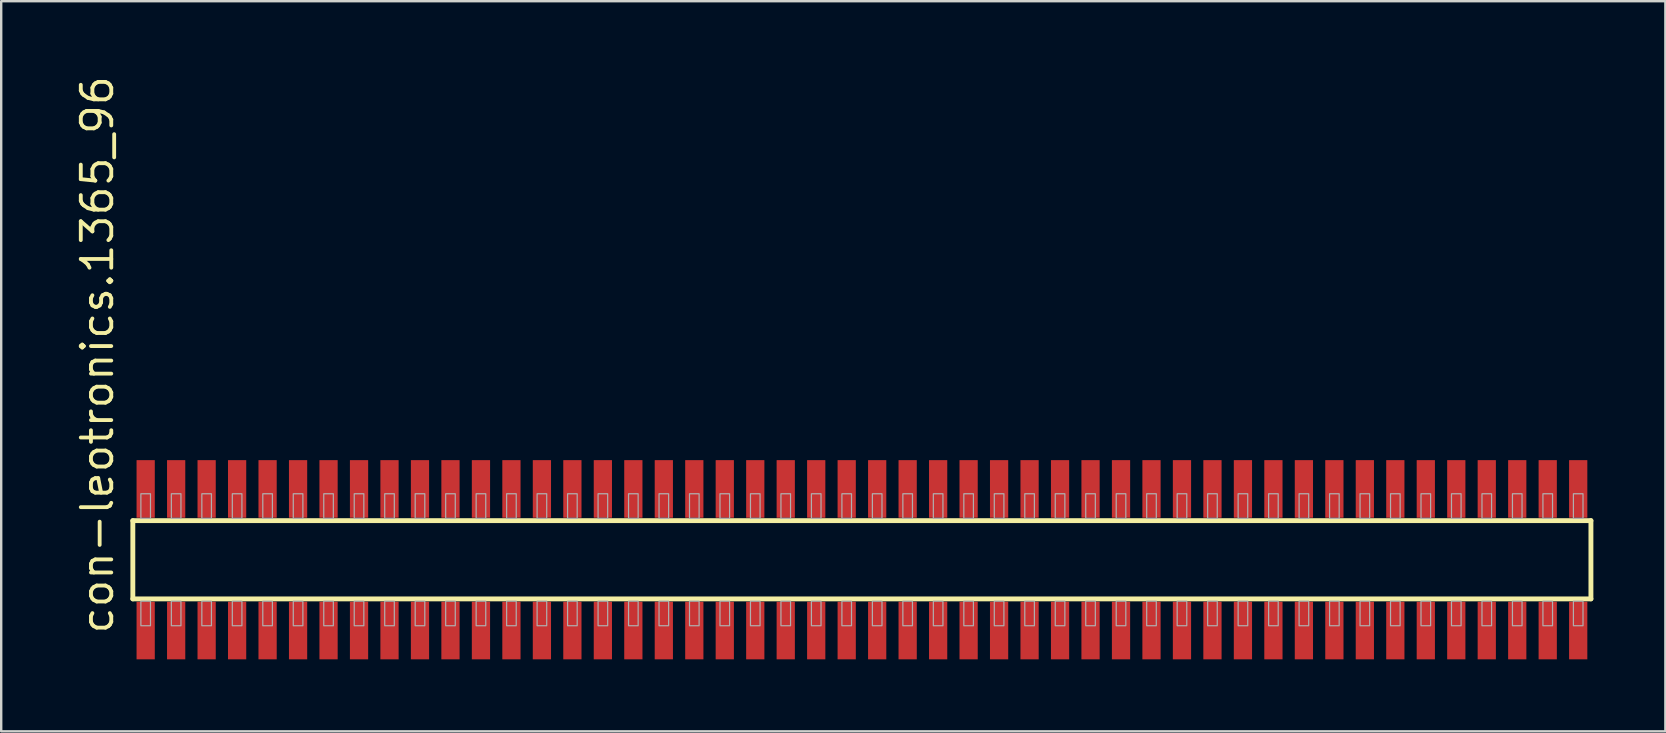
<source format=kicad_pcb>
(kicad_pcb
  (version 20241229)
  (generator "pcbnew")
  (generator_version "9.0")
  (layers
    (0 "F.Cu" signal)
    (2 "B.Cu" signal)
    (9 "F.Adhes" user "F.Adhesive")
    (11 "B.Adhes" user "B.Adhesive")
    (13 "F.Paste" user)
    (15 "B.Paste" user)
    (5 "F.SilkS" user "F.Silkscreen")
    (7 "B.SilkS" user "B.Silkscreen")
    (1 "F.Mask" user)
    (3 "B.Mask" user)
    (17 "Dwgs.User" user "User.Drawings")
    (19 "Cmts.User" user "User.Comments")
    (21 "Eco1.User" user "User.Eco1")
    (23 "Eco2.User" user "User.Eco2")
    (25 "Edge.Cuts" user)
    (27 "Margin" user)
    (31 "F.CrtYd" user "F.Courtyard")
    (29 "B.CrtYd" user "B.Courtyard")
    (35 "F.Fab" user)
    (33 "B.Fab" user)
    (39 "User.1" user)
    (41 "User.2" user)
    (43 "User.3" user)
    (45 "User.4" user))
  (footprint "con-leotronics.1365_96"
    (layer "F.Cu")
    (at 32.865 20.274)
    (property "Reference" "con-leotronics.1365_96" (at -31.115 3.175 90) (layer "F.SilkS") (effects (font (size 1.27 1.27) (thickness 0.16)) (justify left bottom)))
    (attr smd)
    (fp_line (start -30.38 -1.63) (end 30.375 -1.63) (stroke (width 0.203) (type default)) (layer "F.SilkS"))
    (fp_line (start -30.38 1.63) (end -30.38 -1.63) (stroke (width 0.203) (type default)) (layer "F.SilkS"))
    (fp_line (start 30.375 -1.63) (end 30.375 1.63) (stroke (width 0.203) (type default)) (layer "F.SilkS"))
    (fp_line (start 30.375 1.63) (end -30.38 1.63) (stroke (width 0.203) (type default)) (layer "F.SilkS"))
    (fp_rect (start -30.045 -1.725) (end -29.645 -2.75) (stroke (width 0.05) (type default)) (fill no) (layer "F.Fab"))
    (fp_rect (start -30.045 2.75) (end -29.645 1.725) (stroke (width 0.05) (type default)) (fill no) (layer "F.Fab"))
    (fp_rect (start -28.775 -1.725) (end -28.375 -2.75) (stroke (width 0.05) (type default)) (fill no) (layer "F.Fab"))
    (fp_rect (start -28.775 2.75) (end -28.375 1.725) (stroke (width 0.05) (type default)) (fill no) (layer "F.Fab"))
    (fp_rect (start -27.505 -1.725) (end -27.105 -2.75) (stroke (width 0.05) (type default)) (fill no) (layer "F.Fab"))
    (fp_rect (start -27.505 2.75) (end -27.105 1.725) (stroke (width 0.05) (type default)) (fill no) (layer "F.Fab"))
    (fp_rect (start -26.235 -1.725) (end -25.835 -2.75) (stroke (width 0.05) (type default)) (fill no) (layer "F.Fab"))
    (fp_rect (start -26.235 2.75) (end -25.835 1.725) (stroke (width 0.05) (type default)) (fill no) (layer "F.Fab"))
    (fp_rect (start -24.965 -1.725) (end -24.565 -2.75) (stroke (width 0.05) (type default)) (fill no) (layer "F.Fab"))
    (fp_rect (start -24.965 2.75) (end -24.565 1.725) (stroke (width 0.05) (type default)) (fill no) (layer "F.Fab"))
    (fp_rect (start -23.695 -1.725) (end -23.295 -2.75) (stroke (width 0.05) (type default)) (fill no) (layer "F.Fab"))
    (fp_rect (start -23.695 2.75) (end -23.295 1.725) (stroke (width 0.05) (type default)) (fill no) (layer "F.Fab"))
    (fp_rect (start -22.425 -1.725) (end -22.025 -2.75) (stroke (width 0.05) (type default)) (fill no) (layer "F.Fab"))
    (fp_rect (start -22.425 2.75) (end -22.025 1.725) (stroke (width 0.05) (type default)) (fill no) (layer "F.Fab"))
    (fp_rect (start -21.155 -1.725) (end -20.755 -2.75) (stroke (width 0.05) (type default)) (fill no) (layer "F.Fab"))
    (fp_rect (start -21.155 2.75) (end -20.755 1.725) (stroke (width 0.05) (type default)) (fill no) (layer "F.Fab"))
    (fp_rect (start -19.885 -1.725) (end -19.485 -2.75) (stroke (width 0.05) (type default)) (fill no) (layer "F.Fab"))
    (fp_rect (start -19.885 2.75) (end -19.485 1.725) (stroke (width 0.05) (type default)) (fill no) (layer "F.Fab"))
    (fp_rect (start -18.615 -1.725) (end -18.215 -2.75) (stroke (width 0.05) (type default)) (fill no) (layer "F.Fab"))
    (fp_rect (start -18.615 2.75) (end -18.215 1.725) (stroke (width 0.05) (type default)) (fill no) (layer "F.Fab"))
    (fp_rect (start -17.345 -1.725) (end -16.945 -2.75) (stroke (width 0.05) (type default)) (fill no) (layer "F.Fab"))
    (fp_rect (start -17.345 2.75) (end -16.945 1.725) (stroke (width 0.05) (type default)) (fill no) (layer "F.Fab"))
    (fp_rect (start -16.075 -1.725) (end -15.675 -2.75) (stroke (width 0.05) (type default)) (fill no) (layer "F.Fab"))
    (fp_rect (start -16.075 2.75) (end -15.675 1.725) (stroke (width 0.05) (type default)) (fill no) (layer "F.Fab"))
    (fp_rect (start -14.805 -1.725) (end -14.405 -2.75) (stroke (width 0.05) (type default)) (fill no) (layer "F.Fab"))
    (fp_rect (start -14.805 2.75) (end -14.405 1.725) (stroke (width 0.05) (type default)) (fill no) (layer "F.Fab"))
    (fp_rect (start -13.535 -1.725) (end -13.135 -2.75) (stroke (width 0.05) (type default)) (fill no) (layer "F.Fab"))
    (fp_rect (start -13.535 2.75) (end -13.135 1.725) (stroke (width 0.05) (type default)) (fill no) (layer "F.Fab"))
    (fp_rect (start -12.265 -1.725) (end -11.865 -2.75) (stroke (width 0.05) (type default)) (fill no) (layer "F.Fab"))
    (fp_rect (start -12.265 2.75) (end -11.865 1.725) (stroke (width 0.05) (type default)) (fill no) (layer "F.Fab"))
    (fp_rect (start -10.995 -1.725) (end -10.595 -2.75) (stroke (width 0.05) (type default)) (fill no) (layer "F.Fab"))
    (fp_rect (start -10.995 2.75) (end -10.595 1.725) (stroke (width 0.05) (type default)) (fill no) (layer "F.Fab"))
    (fp_rect (start -9.725 -1.725) (end -9.325 -2.75) (stroke (width 0.05) (type default)) (fill no) (layer "F.Fab"))
    (fp_rect (start -9.725 2.75) (end -9.325 1.725) (stroke (width 0.05) (type default)) (fill no) (layer "F.Fab"))
    (fp_rect (start -8.455 -1.725) (end -8.055 -2.75) (stroke (width 0.05) (type default)) (fill no) (layer "F.Fab"))
    (fp_rect (start -8.455 2.75) (end -8.055 1.725) (stroke (width 0.05) (type default)) (fill no) (layer "F.Fab"))
    (fp_rect (start -7.185 -1.725) (end -6.785 -2.75) (stroke (width 0.05) (type default)) (fill no) (layer "F.Fab"))
    (fp_rect (start -7.185 2.75) (end -6.785 1.725) (stroke (width 0.05) (type default)) (fill no) (layer "F.Fab"))
    (fp_rect (start -5.915 -1.725) (end -5.515 -2.75) (stroke (width 0.05) (type default)) (fill no) (layer "F.Fab"))
    (fp_rect (start -5.915 2.75) (end -5.515 1.725) (stroke (width 0.05) (type default)) (fill no) (layer "F.Fab"))
    (fp_rect (start -4.645 -1.725) (end -4.245 -2.75) (stroke (width 0.05) (type default)) (fill no) (layer "F.Fab"))
    (fp_rect (start -4.645 2.75) (end -4.245 1.725) (stroke (width 0.05) (type default)) (fill no) (layer "F.Fab"))
    (fp_rect (start -3.375 -1.725) (end -2.975 -2.75) (stroke (width 0.05) (type default)) (fill no) (layer "F.Fab"))
    (fp_rect (start -3.375 2.75) (end -2.975 1.725) (stroke (width 0.05) (type default)) (fill no) (layer "F.Fab"))
    (fp_rect (start -2.105 -1.725) (end -1.705 -2.75) (stroke (width 0.05) (type default)) (fill no) (layer "F.Fab"))
    (fp_rect (start -2.105 2.75) (end -1.705 1.725) (stroke (width 0.05) (type default)) (fill no) (layer "F.Fab"))
    (fp_rect (start -0.835 -1.725) (end -0.435 -2.75) (stroke (width 0.05) (type default)) (fill no) (layer "F.Fab"))
    (fp_rect (start -0.835 2.75) (end -0.435 1.725) (stroke (width 0.05) (type default)) (fill no) (layer "F.Fab"))
    (fp_rect (start 0.435 -1.725) (end 0.835 -2.75) (stroke (width 0.05) (type default)) (fill no) (layer "F.Fab"))
    (fp_rect (start 0.435 2.75) (end 0.835 1.725) (stroke (width 0.05) (type default)) (fill no) (layer "F.Fab"))
    (fp_rect (start 1.705 -1.725) (end 2.105 -2.75) (stroke (width 0.05) (type default)) (fill no) (layer "F.Fab"))
    (fp_rect (start 1.705 2.75) (end 2.105 1.725) (stroke (width 0.05) (type default)) (fill no) (layer "F.Fab"))
    (fp_rect (start 2.975 -1.725) (end 3.375 -2.75) (stroke (width 0.05) (type default)) (fill no) (layer "F.Fab"))
    (fp_rect (start 2.975 2.75) (end 3.375 1.725) (stroke (width 0.05) (type default)) (fill no) (layer "F.Fab"))
    (fp_rect (start 4.245 -1.725) (end 4.645 -2.75) (stroke (width 0.05) (type default)) (fill no) (layer "F.Fab"))
    (fp_rect (start 4.245 2.75) (end 4.645 1.725) (stroke (width 0.05) (type default)) (fill no) (layer "F.Fab"))
    (fp_rect (start 5.515 -1.725) (end 5.915 -2.75) (stroke (width 0.05) (type default)) (fill no) (layer "F.Fab"))
    (fp_rect (start 5.515 2.75) (end 5.915 1.725) (stroke (width 0.05) (type default)) (fill no) (layer "F.Fab"))
    (fp_rect (start 6.785 -1.725) (end 7.185 -2.75) (stroke (width 0.05) (type default)) (fill no) (layer "F.Fab"))
    (fp_rect (start 6.785 2.75) (end 7.185 1.725) (stroke (width 0.05) (type default)) (fill no) (layer "F.Fab"))
    (fp_rect (start 8.055 -1.725) (end 8.455 -2.75) (stroke (width 0.05) (type default)) (fill no) (layer "F.Fab"))
    (fp_rect (start 8.055 2.75) (end 8.455 1.725) (stroke (width 0.05) (type default)) (fill no) (layer "F.Fab"))
    (fp_rect (start 9.325 -1.725) (end 9.725 -2.75) (stroke (width 0.05) (type default)) (fill no) (layer "F.Fab"))
    (fp_rect (start 9.325 2.75) (end 9.725 1.725) (stroke (width 0.05) (type default)) (fill no) (layer "F.Fab"))
    (fp_rect (start 10.595 -1.725) (end 10.995 -2.75) (stroke (width 0.05) (type default)) (fill no) (layer "F.Fab"))
    (fp_rect (start 10.595 2.75) (end 10.995 1.725) (stroke (width 0.05) (type default)) (fill no) (layer "F.Fab"))
    (fp_rect (start 11.865 -1.725) (end 12.265 -2.75) (stroke (width 0.05) (type default)) (fill no) (layer "F.Fab"))
    (fp_rect (start 11.865 2.75) (end 12.265 1.725) (stroke (width 0.05) (type default)) (fill no) (layer "F.Fab"))
    (fp_rect (start 13.135 -1.725) (end 13.535 -2.75) (stroke (width 0.05) (type default)) (fill no) (layer "F.Fab"))
    (fp_rect (start 13.135 2.75) (end 13.535 1.725) (stroke (width 0.05) (type default)) (fill no) (layer "F.Fab"))
    (fp_rect (start 14.405 -1.725) (end 14.805 -2.75) (stroke (width 0.05) (type default)) (fill no) (layer "F.Fab"))
    (fp_rect (start 14.405 2.75) (end 14.805 1.725) (stroke (width 0.05) (type default)) (fill no) (layer "F.Fab"))
    (fp_rect (start 15.675 -1.725) (end 16.075 -2.75) (stroke (width 0.05) (type default)) (fill no) (layer "F.Fab"))
    (fp_rect (start 15.675 2.75) (end 16.075 1.725) (stroke (width 0.05) (type default)) (fill no) (layer "F.Fab"))
    (fp_rect (start 16.945 -1.725) (end 17.345 -2.75) (stroke (width 0.05) (type default)) (fill no) (layer "F.Fab"))
    (fp_rect (start 16.945 2.75) (end 17.345 1.725) (stroke (width 0.05) (type default)) (fill no) (layer "F.Fab"))
    (fp_rect (start 18.215 -1.725) (end 18.615 -2.75) (stroke (width 0.05) (type default)) (fill no) (layer "F.Fab"))
    (fp_rect (start 18.215 2.75) (end 18.615 1.725) (stroke (width 0.05) (type default)) (fill no) (layer "F.Fab"))
    (fp_rect (start 19.485 -1.725) (end 19.885 -2.75) (stroke (width 0.05) (type default)) (fill no) (layer "F.Fab"))
    (fp_rect (start 19.485 2.75) (end 19.885 1.725) (stroke (width 0.05) (type default)) (fill no) (layer "F.Fab"))
    (fp_rect (start 20.755 -1.725) (end 21.155 -2.75) (stroke (width 0.05) (type default)) (fill no) (layer "F.Fab"))
    (fp_rect (start 20.755 2.75) (end 21.155 1.725) (stroke (width 0.05) (type default)) (fill no) (layer "F.Fab"))
    (fp_rect (start 22.025 -1.725) (end 22.425 -2.75) (stroke (width 0.05) (type default)) (fill no) (layer "F.Fab"))
    (fp_rect (start 22.025 2.75) (end 22.425 1.725) (stroke (width 0.05) (type default)) (fill no) (layer "F.Fab"))
    (fp_rect (start 23.295 -1.725) (end 23.695 -2.75) (stroke (width 0.05) (type default)) (fill no) (layer "F.Fab"))
    (fp_rect (start 23.295 2.75) (end 23.695 1.725) (stroke (width 0.05) (type default)) (fill no) (layer "F.Fab"))
    (fp_rect (start 24.565 -1.725) (end 24.965 -2.75) (stroke (width 0.05) (type default)) (fill no) (layer "F.Fab"))
    (fp_rect (start 24.565 2.75) (end 24.965 1.725) (stroke (width 0.05) (type default)) (fill no) (layer "F.Fab"))
    (fp_rect (start 25.835 -1.725) (end 26.235 -2.75) (stroke (width 0.05) (type default)) (fill no) (layer "F.Fab"))
    (fp_rect (start 25.835 2.75) (end 26.235 1.725) (stroke (width 0.05) (type default)) (fill no) (layer "F.Fab"))
    (fp_rect (start 27.105 -1.725) (end 27.505 -2.75) (stroke (width 0.05) (type default)) (fill no) (layer "F.Fab"))
    (fp_rect (start 27.105 2.75) (end 27.505 1.725) (stroke (width 0.05) (type default)) (fill no) (layer "F.Fab"))
    (fp_rect (start 28.375 -1.725) (end 28.775 -2.75) (stroke (width 0.05) (type default)) (fill no) (layer "F.Fab"))
    (fp_rect (start 28.375 2.75) (end 28.775 1.725) (stroke (width 0.05) (type default)) (fill no) (layer "F.Fab"))
    (fp_rect (start 29.645 -1.725) (end 30.045 -2.75) (stroke (width 0.05) (type default)) (fill no) (layer "F.Fab"))
    (fp_rect (start 29.645 2.75) (end 30.045 1.725) (stroke (width 0.05) (type default)) (fill no) (layer "F.Fab"))
    (pad "1" smd roundrect (at -29.845 2.95) (size 0.76 2.4) (layers "F.Cu" "F.Mask" "F.Paste") (roundrect_rratio 0.01))
    (pad "2" smd roundrect (at -29.845 -2.95) (size 0.76 2.4) (layers "F.Cu" "F.Mask" "F.Paste") (roundrect_rratio 0.01))
    (pad "3" smd roundrect (at -28.575 2.95) (size 0.76 2.4) (layers "F.Cu" "F.Mask" "F.Paste") (roundrect_rratio 0.01))
    (pad "4" smd roundrect (at -28.575 -2.95) (size 0.76 2.4) (layers "F.Cu" "F.Mask" "F.Paste") (roundrect_rratio 0.01))
    (pad "5" smd roundrect (at -27.305 2.95) (size 0.76 2.4) (layers "F.Cu" "F.Mask" "F.Paste") (roundrect_rratio 0.01))
    (pad "6" smd roundrect (at -27.305 -2.95) (size 0.76 2.4) (layers "F.Cu" "F.Mask" "F.Paste") (roundrect_rratio 0.01))
    (pad "7" smd roundrect (at -26.035 2.95) (size 0.76 2.4) (layers "F.Cu" "F.Mask" "F.Paste") (roundrect_rratio 0.01))
    (pad "8" smd roundrect (at -26.035 -2.95) (size 0.76 2.4) (layers "F.Cu" "F.Mask" "F.Paste") (roundrect_rratio 0.01))
    (pad "9" smd roundrect (at -24.765 2.95) (size 0.76 2.4) (layers "F.Cu" "F.Mask" "F.Paste") (roundrect_rratio 0.01))
    (pad "10" smd roundrect (at -24.765 -2.95) (size 0.76 2.4) (layers "F.Cu" "F.Mask" "F.Paste") (roundrect_rratio 0.01))
    (pad "11" smd roundrect (at -23.495 2.95) (size 0.76 2.4) (layers "F.Cu" "F.Mask" "F.Paste") (roundrect_rratio 0.01))
    (pad "12" smd roundrect (at -23.495 -2.95) (size 0.76 2.4) (layers "F.Cu" "F.Mask" "F.Paste") (roundrect_rratio 0.01))
    (pad "13" smd roundrect (at -22.225 2.95) (size 0.76 2.4) (layers "F.Cu" "F.Mask" "F.Paste") (roundrect_rratio 0.01))
    (pad "14" smd roundrect (at -22.225 -2.95) (size 0.76 2.4) (layers "F.Cu" "F.Mask" "F.Paste") (roundrect_rratio 0.01))
    (pad "15" smd roundrect (at -20.955 2.95) (size 0.76 2.4) (layers "F.Cu" "F.Mask" "F.Paste") (roundrect_rratio 0.01))
    (pad "16" smd roundrect (at -20.955 -2.95) (size 0.76 2.4) (layers "F.Cu" "F.Mask" "F.Paste") (roundrect_rratio 0.01))
    (pad "17" smd roundrect (at -19.685 2.95) (size 0.76 2.4) (layers "F.Cu" "F.Mask" "F.Paste") (roundrect_rratio 0.01))
    (pad "18" smd roundrect (at -19.685 -2.95) (size 0.76 2.4) (layers "F.Cu" "F.Mask" "F.Paste") (roundrect_rratio 0.01))
    (pad "19" smd roundrect (at -18.415 2.95) (size 0.76 2.4) (layers "F.Cu" "F.Mask" "F.Paste") (roundrect_rratio 0.01))
    (pad "20" smd roundrect (at -18.415 -2.95) (size 0.76 2.4) (layers "F.Cu" "F.Mask" "F.Paste") (roundrect_rratio 0.01))
    (pad "21" smd roundrect (at -17.145 2.95) (size 0.76 2.4) (layers "F.Cu" "F.Mask" "F.Paste") (roundrect_rratio 0.01))
    (pad "22" smd roundrect (at -17.145 -2.95) (size 0.76 2.4) (layers "F.Cu" "F.Mask" "F.Paste") (roundrect_rratio 0.01))
    (pad "23" smd roundrect (at -15.875 2.95) (size 0.76 2.4) (layers "F.Cu" "F.Mask" "F.Paste") (roundrect_rratio 0.01))
    (pad "24" smd roundrect (at -15.875 -2.95) (size 0.76 2.4) (layers "F.Cu" "F.Mask" "F.Paste") (roundrect_rratio 0.01))
    (pad "25" smd roundrect (at -14.605 2.95) (size 0.76 2.4) (layers "F.Cu" "F.Mask" "F.Paste") (roundrect_rratio 0.01))
    (pad "26" smd roundrect (at -14.605 -2.95) (size 0.76 2.4) (layers "F.Cu" "F.Mask" "F.Paste") (roundrect_rratio 0.01))
    (pad "27" smd roundrect (at -13.335 2.95) (size 0.76 2.4) (layers "F.Cu" "F.Mask" "F.Paste") (roundrect_rratio 0.01))
    (pad "28" smd roundrect (at -13.335 -2.95) (size 0.76 2.4) (layers "F.Cu" "F.Mask" "F.Paste") (roundrect_rratio 0.01))
    (pad "29" smd roundrect (at -12.065 2.95) (size 0.76 2.4) (layers "F.Cu" "F.Mask" "F.Paste") (roundrect_rratio 0.01))
    (pad "30" smd roundrect (at -12.065 -2.95) (size 0.76 2.4) (layers "F.Cu" "F.Mask" "F.Paste") (roundrect_rratio 0.01))
    (pad "31" smd roundrect (at -10.795 2.95) (size 0.76 2.4) (layers "F.Cu" "F.Mask" "F.Paste") (roundrect_rratio 0.01))
    (pad "32" smd roundrect (at -10.795 -2.95) (size 0.76 2.4) (layers "F.Cu" "F.Mask" "F.Paste") (roundrect_rratio 0.01))
    (pad "33" smd roundrect (at -9.525 2.95) (size 0.76 2.4) (layers "F.Cu" "F.Mask" "F.Paste") (roundrect_rratio 0.01))
    (pad "34" smd roundrect (at -9.525 -2.95) (size 0.76 2.4) (layers "F.Cu" "F.Mask" "F.Paste") (roundrect_rratio 0.01))
    (pad "35" smd roundrect (at -8.255 2.95) (size 0.76 2.4) (layers "F.Cu" "F.Mask" "F.Paste") (roundrect_rratio 0.01))
    (pad "36" smd roundrect (at -8.255 -2.95) (size 0.76 2.4) (layers "F.Cu" "F.Mask" "F.Paste") (roundrect_rratio 0.01))
    (pad "37" smd roundrect (at -6.985 2.95) (size 0.76 2.4) (layers "F.Cu" "F.Mask" "F.Paste") (roundrect_rratio 0.01))
    (pad "38" smd roundrect (at -6.985 -2.95) (size 0.76 2.4) (layers "F.Cu" "F.Mask" "F.Paste") (roundrect_rratio 0.01))
    (pad "39" smd roundrect (at -5.715 2.95) (size 0.76 2.4) (layers "F.Cu" "F.Mask" "F.Paste") (roundrect_rratio 0.01))
    (pad "40" smd roundrect (at -5.715 -2.95) (size 0.76 2.4) (layers "F.Cu" "F.Mask" "F.Paste") (roundrect_rratio 0.01))
    (pad "41" smd roundrect (at -4.445 2.95) (size 0.76 2.4) (layers "F.Cu" "F.Mask" "F.Paste") (roundrect_rratio 0.01))
    (pad "42" smd roundrect (at -4.445 -2.95) (size 0.76 2.4) (layers "F.Cu" "F.Mask" "F.Paste") (roundrect_rratio 0.01))
    (pad "43" smd roundrect (at -3.175 2.95) (size 0.76 2.4) (layers "F.Cu" "F.Mask" "F.Paste") (roundrect_rratio 0.01))
    (pad "44" smd roundrect (at -3.175 -2.95) (size 0.76 2.4) (layers "F.Cu" "F.Mask" "F.Paste") (roundrect_rratio 0.01))
    (pad "45" smd roundrect (at -1.905 2.95) (size 0.76 2.4) (layers "F.Cu" "F.Mask" "F.Paste") (roundrect_rratio 0.01))
    (pad "46" smd roundrect (at -1.905 -2.95) (size 0.76 2.4) (layers "F.Cu" "F.Mask" "F.Paste") (roundrect_rratio 0.01))
    (pad "47" smd roundrect (at -0.635 2.95) (size 0.76 2.4) (layers "F.Cu" "F.Mask" "F.Paste") (roundrect_rratio 0.01))
    (pad "48" smd roundrect (at -0.635 -2.95) (size 0.76 2.4) (layers "F.Cu" "F.Mask" "F.Paste") (roundrect_rratio 0.01))
    (pad "49" smd roundrect (at 0.635 2.95) (size 0.76 2.4) (layers "F.Cu" "F.Mask" "F.Paste") (roundrect_rratio 0.01))
    (pad "50" smd roundrect (at 0.635 -2.95) (size 0.76 2.4) (layers "F.Cu" "F.Mask" "F.Paste") (roundrect_rratio 0.01))
    (pad "51" smd roundrect (at 1.905 2.95) (size 0.76 2.4) (layers "F.Cu" "F.Mask" "F.Paste") (roundrect_rratio 0.01))
    (pad "52" smd roundrect (at 1.905 -2.95) (size 0.76 2.4) (layers "F.Cu" "F.Mask" "F.Paste") (roundrect_rratio 0.01))
    (pad "53" smd roundrect (at 3.175 2.95) (size 0.76 2.4) (layers "F.Cu" "F.Mask" "F.Paste") (roundrect_rratio 0.01))
    (pad "54" smd roundrect (at 3.175 -2.95) (size 0.76 2.4) (layers "F.Cu" "F.Mask" "F.Paste") (roundrect_rratio 0.01))
    (pad "55" smd roundrect (at 4.445 2.95) (size 0.76 2.4) (layers "F.Cu" "F.Mask" "F.Paste") (roundrect_rratio 0.01))
    (pad "56" smd roundrect (at 4.445 -2.95) (size 0.76 2.4) (layers "F.Cu" "F.Mask" "F.Paste") (roundrect_rratio 0.01))
    (pad "57" smd roundrect (at 5.715 2.95) (size 0.76 2.4) (layers "F.Cu" "F.Mask" "F.Paste") (roundrect_rratio 0.01))
    (pad "58" smd roundrect (at 5.715 -2.95) (size 0.76 2.4) (layers "F.Cu" "F.Mask" "F.Paste") (roundrect_rratio 0.01))
    (pad "59" smd roundrect (at 6.985 2.95) (size 0.76 2.4) (layers "F.Cu" "F.Mask" "F.Paste") (roundrect_rratio 0.01))
    (pad "60" smd roundrect (at 6.985 -2.95) (size 0.76 2.4) (layers "F.Cu" "F.Mask" "F.Paste") (roundrect_rratio 0.01))
    (pad "61" smd roundrect (at 8.255 2.95) (size 0.76 2.4) (layers "F.Cu" "F.Mask" "F.Paste") (roundrect_rratio 0.01))
    (pad "62" smd roundrect (at 8.255 -2.95) (size 0.76 2.4) (layers "F.Cu" "F.Mask" "F.Paste") (roundrect_rratio 0.01))
    (pad "63" smd roundrect (at 9.525 2.95) (size 0.76 2.4) (layers "F.Cu" "F.Mask" "F.Paste") (roundrect_rratio 0.01))
    (pad "64" smd roundrect (at 9.525 -2.95) (size 0.76 2.4) (layers "F.Cu" "F.Mask" "F.Paste") (roundrect_rratio 0.01))
    (pad "65" smd roundrect (at 10.795 2.95) (size 0.76 2.4) (layers "F.Cu" "F.Mask" "F.Paste") (roundrect_rratio 0.01))
    (pad "66" smd roundrect (at 10.795 -2.95) (size 0.76 2.4) (layers "F.Cu" "F.Mask" "F.Paste") (roundrect_rratio 0.01))
    (pad "67" smd roundrect (at 12.065 2.95) (size 0.76 2.4) (layers "F.Cu" "F.Mask" "F.Paste") (roundrect_rratio 0.01))
    (pad "68" smd roundrect (at 12.065 -2.95) (size 0.76 2.4) (layers "F.Cu" "F.Mask" "F.Paste") (roundrect_rratio 0.01))
    (pad "69" smd roundrect (at 13.335 2.95) (size 0.76 2.4) (layers "F.Cu" "F.Mask" "F.Paste") (roundrect_rratio 0.01))
    (pad "70" smd roundrect (at 13.335 -2.95) (size 0.76 2.4) (layers "F.Cu" "F.Mask" "F.Paste") (roundrect_rratio 0.01))
    (pad "71" smd roundrect (at 14.605 2.95) (size 0.76 2.4) (layers "F.Cu" "F.Mask" "F.Paste") (roundrect_rratio 0.01))
    (pad "72" smd roundrect (at 14.605 -2.95) (size 0.76 2.4) (layers "F.Cu" "F.Mask" "F.Paste") (roundrect_rratio 0.01))
    (pad "73" smd roundrect (at 15.875 2.95) (size 0.76 2.4) (layers "F.Cu" "F.Mask" "F.Paste") (roundrect_rratio 0.01))
    (pad "74" smd roundrect (at 15.875 -2.95) (size 0.76 2.4) (layers "F.Cu" "F.Mask" "F.Paste") (roundrect_rratio 0.01))
    (pad "75" smd roundrect (at 17.145 2.95) (size 0.76 2.4) (layers "F.Cu" "F.Mask" "F.Paste") (roundrect_rratio 0.01))
    (pad "76" smd roundrect (at 17.145 -2.95) (size 0.76 2.4) (layers "F.Cu" "F.Mask" "F.Paste") (roundrect_rratio 0.01))
    (pad "77" smd roundrect (at 18.415 2.95) (size 0.76 2.4) (layers "F.Cu" "F.Mask" "F.Paste") (roundrect_rratio 0.01))
    (pad "78" smd roundrect (at 18.415 -2.95) (size 0.76 2.4) (layers "F.Cu" "F.Mask" "F.Paste") (roundrect_rratio 0.01))
    (pad "79" smd roundrect (at 19.685 2.95) (size 0.76 2.4) (layers "F.Cu" "F.Mask" "F.Paste") (roundrect_rratio 0.01))
    (pad "80" smd roundrect (at 19.685 -2.95) (size 0.76 2.4) (layers "F.Cu" "F.Mask" "F.Paste") (roundrect_rratio 0.01))
    (pad "81" smd roundrect (at 20.955 2.95) (size 0.76 2.4) (layers "F.Cu" "F.Mask" "F.Paste") (roundrect_rratio 0.01))
    (pad "82" smd roundrect (at 20.955 -2.95) (size 0.76 2.4) (layers "F.Cu" "F.Mask" "F.Paste") (roundrect_rratio 0.01))
    (pad "83" smd roundrect (at 22.225 2.95) (size 0.76 2.4) (layers "F.Cu" "F.Mask" "F.Paste") (roundrect_rratio 0.01))
    (pad "84" smd roundrect (at 22.225 -2.95) (size 0.76 2.4) (layers "F.Cu" "F.Mask" "F.Paste") (roundrect_rratio 0.01))
    (pad "85" smd roundrect (at 23.495 2.95) (size 0.76 2.4) (layers "F.Cu" "F.Mask" "F.Paste") (roundrect_rratio 0.01))
    (pad "86" smd roundrect (at 23.495 -2.95) (size 0.76 2.4) (layers "F.Cu" "F.Mask" "F.Paste") (roundrect_rratio 0.01))
    (pad "87" smd roundrect (at 24.765 2.95) (size 0.76 2.4) (layers "F.Cu" "F.Mask" "F.Paste") (roundrect_rratio 0.01))
    (pad "88" smd roundrect (at 24.765 -2.95) (size 0.76 2.4) (layers "F.Cu" "F.Mask" "F.Paste") (roundrect_rratio 0.01))
    (pad "89" smd roundrect (at 26.035 2.95) (size 0.76 2.4) (layers "F.Cu" "F.Mask" "F.Paste") (roundrect_rratio 0.01))
    (pad "90" smd roundrect (at 26.035 -2.95) (size 0.76 2.4) (layers "F.Cu" "F.Mask" "F.Paste") (roundrect_rratio 0.01))
    (pad "91" smd roundrect (at 27.305 2.95) (size 0.76 2.4) (layers "F.Cu" "F.Mask" "F.Paste") (roundrect_rratio 0.01))
    (pad "92" smd roundrect (at 27.305 -2.95) (size 0.76 2.4) (layers "F.Cu" "F.Mask" "F.Paste") (roundrect_rratio 0.01))
    (pad "93" smd roundrect (at 28.575 2.95) (size 0.76 2.4) (layers "F.Cu" "F.Mask" "F.Paste") (roundrect_rratio 0.01))
    (pad "94" smd roundrect (at 28.575 -2.95) (size 0.76 2.4) (layers "F.Cu" "F.Mask" "F.Paste") (roundrect_rratio 0.01))
    (pad "95" smd roundrect (at 29.845 2.95) (size 0.76 2.4) (layers "F.Cu" "F.Mask" "F.Paste") (roundrect_rratio 0.01))
    (pad "96" smd roundrect (at 29.845 -2.95) (size 0.76 2.4) (layers "F.Cu" "F.Mask" "F.Paste") (roundrect_rratio 0.01)))
  (gr_rect
    (start -3 -3)
    (end 66.342 27.424)
    (stroke (width 0.1) (type default))
    (fill no)
    (layer "Edge.Cuts")))
</source>
